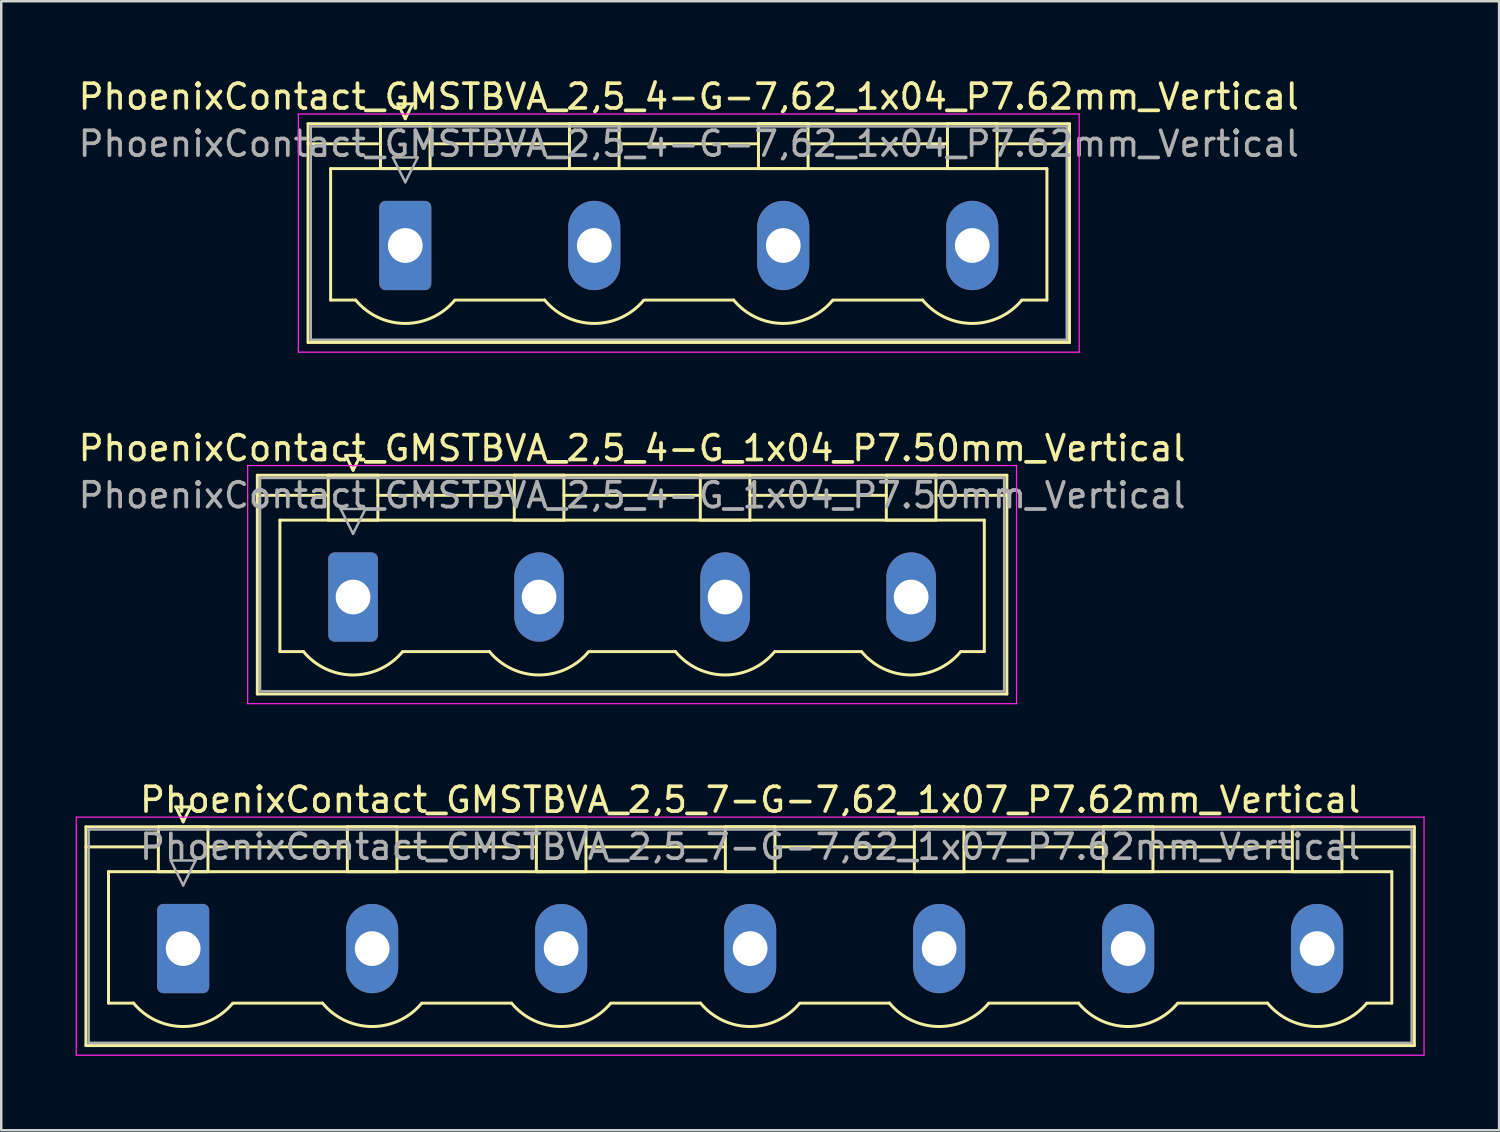
<source format=kicad_pcb>
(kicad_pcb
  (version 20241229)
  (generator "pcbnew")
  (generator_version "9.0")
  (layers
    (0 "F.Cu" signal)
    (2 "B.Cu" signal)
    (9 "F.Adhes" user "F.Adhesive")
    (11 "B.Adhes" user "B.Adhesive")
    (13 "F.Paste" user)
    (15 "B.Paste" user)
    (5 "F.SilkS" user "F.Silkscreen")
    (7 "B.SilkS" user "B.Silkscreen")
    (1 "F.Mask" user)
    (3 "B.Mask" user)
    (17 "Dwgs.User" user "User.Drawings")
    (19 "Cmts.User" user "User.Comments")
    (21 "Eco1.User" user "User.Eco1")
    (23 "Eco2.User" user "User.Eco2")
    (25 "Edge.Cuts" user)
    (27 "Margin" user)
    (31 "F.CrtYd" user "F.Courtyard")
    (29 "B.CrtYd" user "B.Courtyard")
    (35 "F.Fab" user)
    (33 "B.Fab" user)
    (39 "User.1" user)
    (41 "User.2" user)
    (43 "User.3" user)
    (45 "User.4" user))
  (footprint "PhoenixContact_GMSTBVA_2,5_4-G-7,62_1x04_P7.62mm_Vertical"
    (layer "F.Cu")
    (at 13.29 6.848)
    (property "Reference" "PhoenixContact_GMSTBVA_2,5_4-G-7,62_1x04_P7.62mm_Vertical" (at 11.43 -6 0) (layer "F.SilkS") (effects (font (size 1 1) (thickness 0.15))))
    (attr through_hole)
    (fp_line (start -3.92 -4.91) (end -3.92 3.91) (stroke (width 0.12) (type solid)) (layer "F.SilkS"))
    (fp_line (start -3.92 -4.1) (end -1.11 -4.1) (stroke (width 0.12) (type solid)) (layer "F.SilkS"))
    (fp_line (start -3.92 3.91) (end 26.78 3.91) (stroke (width 0.12) (type solid)) (layer "F.SilkS"))
    (fp_line (start -3.01 -3.1) (end 25.87 -3.1) (stroke (width 0.12) (type solid)) (layer "F.SilkS"))
    (fp_line (start -3.01 2.2) (end -3.01 -3.1) (stroke (width 0.12) (type solid)) (layer "F.SilkS"))
    (fp_line (start -2 2.2) (end -3.01 2.2) (stroke (width 0.12) (type solid)) (layer "F.SilkS"))
    (fp_line (start -1 -4.91) (end 1 -4.91) (stroke (width 0.12) (type solid)) (layer "F.SilkS"))
    (fp_line (start -1 -3.1) (end -1 -4.91) (stroke (width 0.12) (type solid)) (layer "F.SilkS"))
    (fp_line (start -0.3 -5.71) (end 0.3 -5.71) (stroke (width 0.12) (type solid)) (layer "F.SilkS"))
    (fp_line (start 0 -5.11) (end -0.3 -5.71) (stroke (width 0.12) (type solid)) (layer "F.SilkS"))
    (fp_line (start 0.3 -5.71) (end 0 -5.11) (stroke (width 0.12) (type solid)) (layer "F.SilkS"))
    (fp_line (start 1 -4.91) (end 1 -3.1) (stroke (width 0.12) (type solid)) (layer "F.SilkS"))
    (fp_line (start 1 -4.1) (end 6.62 -4.1) (stroke (width 0.12) (type solid)) (layer "F.SilkS"))
    (fp_line (start 1 -3.1) (end -1 -3.1) (stroke (width 0.12) (type solid)) (layer "F.SilkS"))
    (fp_line (start 2 2.2) (end 5.62 2.2) (stroke (width 0.12) (type solid)) (layer "F.SilkS"))
    (fp_line (start 6.62 -4.91) (end 8.62 -4.91) (stroke (width 0.12) (type solid)) (layer "F.SilkS"))
    (fp_line (start 6.62 -3.1) (end 6.62 -4.91) (stroke (width 0.12) (type solid)) (layer "F.SilkS"))
    (fp_line (start 8.62 -4.91) (end 8.62 -3.1) (stroke (width 0.12) (type solid)) (layer "F.SilkS"))
    (fp_line (start 8.62 -4.1) (end 14.24 -4.1) (stroke (width 0.12) (type solid)) (layer "F.SilkS"))
    (fp_line (start 8.62 -3.1) (end 6.62 -3.1) (stroke (width 0.12) (type solid)) (layer "F.SilkS"))
    (fp_line (start 9.62 2.2) (end 13.24 2.2) (stroke (width 0.12) (type solid)) (layer "F.SilkS"))
    (fp_line (start 14.24 -4.91) (end 16.24 -4.91) (stroke (width 0.12) (type solid)) (layer "F.SilkS"))
    (fp_line (start 14.24 -3.1) (end 14.24 -4.91) (stroke (width 0.12) (type solid)) (layer "F.SilkS"))
    (fp_line (start 16.24 -4.91) (end 16.24 -3.1) (stroke (width 0.12) (type solid)) (layer "F.SilkS"))
    (fp_line (start 16.24 -4.1) (end 21.86 -4.1) (stroke (width 0.12) (type solid)) (layer "F.SilkS"))
    (fp_line (start 16.24 -3.1) (end 14.24 -3.1) (stroke (width 0.12) (type solid)) (layer "F.SilkS"))
    (fp_line (start 17.24 2.2) (end 20.86 2.2) (stroke (width 0.12) (type solid)) (layer "F.SilkS"))
    (fp_line (start 21.86 -4.91) (end 23.86 -4.91) (stroke (width 0.12) (type solid)) (layer "F.SilkS"))
    (fp_line (start 21.86 -3.1) (end 21.86 -4.91) (stroke (width 0.12) (type solid)) (layer "F.SilkS"))
    (fp_line (start 23.86 -4.91) (end 23.86 -3.1) (stroke (width 0.12) (type solid)) (layer "F.SilkS"))
    (fp_line (start 23.86 -3.1) (end 21.86 -3.1) (stroke (width 0.12) (type solid)) (layer "F.SilkS"))
    (fp_line (start 25.87 -3.1) (end 25.87 2.2) (stroke (width 0.12) (type solid)) (layer "F.SilkS"))
    (fp_line (start 25.87 2.2) (end 24.86 2.2) (stroke (width 0.12) (type solid)) (layer "F.SilkS"))
    (fp_line (start 26.78 -4.91) (end -3.92 -4.91) (stroke (width 0.12) (type solid)) (layer "F.SilkS"))
    (fp_line (start 26.78 -4.1) (end 23.97 -4.1) (stroke (width 0.12) (type solid)) (layer "F.SilkS"))
    (fp_line (start 26.78 3.91) (end 26.78 -4.91) (stroke (width 0.12) (type solid)) (layer "F.SilkS"))
    (fp_arc (start 1.986842 2.215821) (mid -0.010289 3.142758) (end -2 2.2) (stroke (width 0.12) (type solid)) (layer "F.SilkS"))
    (fp_arc (start 9.606842 2.215821) (mid 7.609711 3.142758) (end 5.62 2.2) (stroke (width 0.12) (type solid)) (layer "F.SilkS"))
    (fp_arc (start 17.226842 2.215821) (mid 15.229711 3.142758) (end 13.24 2.2) (stroke (width 0.12) (type solid)) (layer "F.SilkS"))
    (fp_arc (start 24.846842 2.215821) (mid 22.849711 3.142758) (end 20.86 2.2) (stroke (width 0.12) (type solid)) (layer "F.SilkS"))
    (fp_line (start -4.31 -5.3) (end -4.31 4.3) (stroke (width 0.05) (type solid)) (layer "F.CrtYd"))
    (fp_line (start -4.31 4.3) (end 27.17 4.3) (stroke (width 0.05) (type solid)) (layer "F.CrtYd"))
    (fp_line (start 27.17 -5.3) (end -4.31 -5.3) (stroke (width 0.05) (type solid)) (layer "F.CrtYd"))
    (fp_line (start 27.17 4.3) (end 27.17 -5.3) (stroke (width 0.05) (type solid)) (layer "F.CrtYd"))
    (fp_line (start -3.81 -4.8) (end -3.81 3.8) (stroke (width 0.1) (type solid)) (layer "F.Fab"))
    (fp_line (start -3.81 3.8) (end 26.67 3.8) (stroke (width 0.1) (type solid)) (layer "F.Fab"))
    (fp_line (start -0.5 -3.55) (end 0.5 -3.55) (stroke (width 0.1) (type solid)) (layer "F.Fab"))
    (fp_line (start 0 -2.55) (end -0.5 -3.55) (stroke (width 0.1) (type solid)) (layer "F.Fab"))
    (fp_line (start 0.5 -3.55) (end 0 -2.55) (stroke (width 0.1) (type solid)) (layer "F.Fab"))
    (fp_line (start 26.67 -4.8) (end -3.81 -4.8) (stroke (width 0.1) (type solid)) (layer "F.Fab"))
    (fp_line (start 26.67 3.8) (end 26.67 -4.8) (stroke (width 0.1) (type solid)) (layer "F.Fab"))
    (fp_text user "${REFERENCE}" (at 11.43 -4.1 0) (layer "F.Fab") (effects (font (size 1 1) (thickness 0.15))))
    (pad "1" thru_hole roundrect (at 0 0) (size 2.1 3.6) (drill 1.4) (layers "*.Cu" "*.Mask") (roundrect_rratio 0.119))
    (pad "2" thru_hole oval (at 7.62 0) (size 2.1 3.6) (drill 1.4) (layers "*.Cu" "*.Mask"))
    (pad "3" thru_hole oval (at 15.24 0) (size 2.1 3.6) (drill 1.4) (layers "*.Cu" "*.Mask"))
    (pad "4" thru_hole oval (at 22.86 0) (size 2.1 3.6) (drill 1.4) (layers "*.Cu" "*.Mask")))
  (footprint "PhoenixContact_GMSTBVA_2,5_4-G_1x04_P7.50mm_Vertical"
    (layer "F.Cu")
    (at 11.185 21.021)
    (property "Reference" "PhoenixContact_GMSTBVA_2,5_4-G_1x04_P7.50mm_Vertical" (at 11.25 -6 0) (layer "F.SilkS") (effects (font (size 1 1) (thickness 0.15))))
    (attr through_hole)
    (fp_line (start -3.86 -4.91) (end -3.86 3.91) (stroke (width 0.12) (type solid)) (layer "F.SilkS"))
    (fp_line (start -3.86 -4.1) (end -1.11 -4.1) (stroke (width 0.12) (type solid)) (layer "F.SilkS"))
    (fp_line (start -3.86 3.91) (end 26.36 3.91) (stroke (width 0.12) (type solid)) (layer "F.SilkS"))
    (fp_line (start -2.95 -3.1) (end 25.45 -3.1) (stroke (width 0.12) (type solid)) (layer "F.SilkS"))
    (fp_line (start -2.95 2.2) (end -2.95 -3.1) (stroke (width 0.12) (type solid)) (layer "F.SilkS"))
    (fp_line (start -2 2.2) (end -2.95 2.2) (stroke (width 0.12) (type solid)) (layer "F.SilkS"))
    (fp_line (start -1 -4.91) (end 1 -4.91) (stroke (width 0.12) (type solid)) (layer "F.SilkS"))
    (fp_line (start -1 -3.1) (end -1 -4.91) (stroke (width 0.12) (type solid)) (layer "F.SilkS"))
    (fp_line (start -0.3 -5.71) (end 0.3 -5.71) (stroke (width 0.12) (type solid)) (layer "F.SilkS"))
    (fp_line (start 0 -5.11) (end -0.3 -5.71) (stroke (width 0.12) (type solid)) (layer "F.SilkS"))
    (fp_line (start 0.3 -5.71) (end 0 -5.11) (stroke (width 0.12) (type solid)) (layer "F.SilkS"))
    (fp_line (start 1 -4.91) (end 1 -3.1) (stroke (width 0.12) (type solid)) (layer "F.SilkS"))
    (fp_line (start 1 -4.1) (end 6.5 -4.1) (stroke (width 0.12) (type solid)) (layer "F.SilkS"))
    (fp_line (start 1 -3.1) (end -1 -3.1) (stroke (width 0.12) (type solid)) (layer "F.SilkS"))
    (fp_line (start 2 2.2) (end 5.5 2.2) (stroke (width 0.12) (type solid)) (layer "F.SilkS"))
    (fp_line (start 6.5 -4.91) (end 8.5 -4.91) (stroke (width 0.12) (type solid)) (layer "F.SilkS"))
    (fp_line (start 6.5 -3.1) (end 6.5 -4.91) (stroke (width 0.12) (type solid)) (layer "F.SilkS"))
    (fp_line (start 8.5 -4.91) (end 8.5 -3.1) (stroke (width 0.12) (type solid)) (layer "F.SilkS"))
    (fp_line (start 8.5 -4.1) (end 14 -4.1) (stroke (width 0.12) (type solid)) (layer "F.SilkS"))
    (fp_line (start 8.5 -3.1) (end 6.5 -3.1) (stroke (width 0.12) (type solid)) (layer "F.SilkS"))
    (fp_line (start 9.5 2.2) (end 13 2.2) (stroke (width 0.12) (type solid)) (layer "F.SilkS"))
    (fp_line (start 14 -4.91) (end 16 -4.91) (stroke (width 0.12) (type solid)) (layer "F.SilkS"))
    (fp_line (start 14 -3.1) (end 14 -4.91) (stroke (width 0.12) (type solid)) (layer "F.SilkS"))
    (fp_line (start 16 -4.91) (end 16 -3.1) (stroke (width 0.12) (type solid)) (layer "F.SilkS"))
    (fp_line (start 16 -4.1) (end 21.5 -4.1) (stroke (width 0.12) (type solid)) (layer "F.SilkS"))
    (fp_line (start 16 -3.1) (end 14 -3.1) (stroke (width 0.12) (type solid)) (layer "F.SilkS"))
    (fp_line (start 17 2.2) (end 20.5 2.2) (stroke (width 0.12) (type solid)) (layer "F.SilkS"))
    (fp_line (start 21.5 -4.91) (end 23.5 -4.91) (stroke (width 0.12) (type solid)) (layer "F.SilkS"))
    (fp_line (start 21.5 -3.1) (end 21.5 -4.91) (stroke (width 0.12) (type solid)) (layer "F.SilkS"))
    (fp_line (start 23.5 -4.91) (end 23.5 -3.1) (stroke (width 0.12) (type solid)) (layer "F.SilkS"))
    (fp_line (start 23.5 -3.1) (end 21.5 -3.1) (stroke (width 0.12) (type solid)) (layer "F.SilkS"))
    (fp_line (start 25.45 -3.1) (end 25.45 2.2) (stroke (width 0.12) (type solid)) (layer "F.SilkS"))
    (fp_line (start 25.45 2.2) (end 24.5 2.2) (stroke (width 0.12) (type solid)) (layer "F.SilkS"))
    (fp_line (start 26.36 -4.91) (end -3.86 -4.91) (stroke (width 0.12) (type solid)) (layer "F.SilkS"))
    (fp_line (start 26.36 -4.1) (end 23.61 -4.1) (stroke (width 0.12) (type solid)) (layer "F.SilkS"))
    (fp_line (start 26.36 3.91) (end 26.36 -4.91) (stroke (width 0.12) (type solid)) (layer "F.SilkS"))
    (fp_arc (start 1.986842 2.215821) (mid -0.010289 3.142758) (end -2 2.2) (stroke (width 0.12) (type solid)) (layer "F.SilkS"))
    (fp_arc (start 9.486842 2.215821) (mid 7.489711 3.142758) (end 5.5 2.2) (stroke (width 0.12) (type solid)) (layer "F.SilkS"))
    (fp_arc (start 16.986842 2.215821) (mid 14.989711 3.142758) (end 13 2.2) (stroke (width 0.12) (type solid)) (layer "F.SilkS"))
    (fp_arc (start 24.486842 2.215821) (mid 22.489711 3.142758) (end 20.5 2.2) (stroke (width 0.12) (type solid)) (layer "F.SilkS"))
    (fp_line (start -4.25 -5.3) (end -4.25 4.3) (stroke (width 0.05) (type solid)) (layer "F.CrtYd"))
    (fp_line (start -4.25 4.3) (end 26.75 4.3) (stroke (width 0.05) (type solid)) (layer "F.CrtYd"))
    (fp_line (start 26.75 -5.3) (end -4.25 -5.3) (stroke (width 0.05) (type solid)) (layer "F.CrtYd"))
    (fp_line (start 26.75 4.3) (end 26.75 -5.3) (stroke (width 0.05) (type solid)) (layer "F.CrtYd"))
    (fp_line (start -3.75 -4.8) (end -3.75 3.8) (stroke (width 0.1) (type solid)) (layer "F.Fab"))
    (fp_line (start -3.75 3.8) (end 26.25 3.8) (stroke (width 0.1) (type solid)) (layer "F.Fab"))
    (fp_line (start -0.5 -3.55) (end 0.5 -3.55) (stroke (width 0.1) (type solid)) (layer "F.Fab"))
    (fp_line (start 0 -2.55) (end -0.5 -3.55) (stroke (width 0.1) (type solid)) (layer "F.Fab"))
    (fp_line (start 0.5 -3.55) (end 0 -2.55) (stroke (width 0.1) (type solid)) (layer "F.Fab"))
    (fp_line (start 26.25 -4.8) (end -3.75 -4.8) (stroke (width 0.1) (type solid)) (layer "F.Fab"))
    (fp_line (start 26.25 3.8) (end 26.25 -4.8) (stroke (width 0.1) (type solid)) (layer "F.Fab"))
    (fp_text user "${REFERENCE}" (at 11.25 -4.1 0) (layer "F.Fab") (effects (font (size 1 1) (thickness 0.15))))
    (pad "1" thru_hole roundrect (at 0 0) (size 2 3.6) (drill 1.4) (layers "*.Cu" "*.Mask") (roundrect_rratio 0.125))
    (pad "2" thru_hole oval (at 7.5 0) (size 2 3.6) (drill 1.4) (layers "*.Cu" "*.Mask"))
    (pad "3" thru_hole oval (at 15 0) (size 2 3.6) (drill 1.4) (layers "*.Cu" "*.Mask"))
    (pad "4" thru_hole oval (at 22.5 0) (size 2 3.6) (drill 1.4) (layers "*.Cu" "*.Mask")))
  (footprint "PhoenixContact_GMSTBVA_2,5_7-G-7,62_1x07_P7.62mm_Vertical"
    (layer "F.Cu")
    (at 4.335 35.195)
    (property "Reference" "PhoenixContact_GMSTBVA_2,5_7-G-7,62_1x07_P7.62mm_Vertical" (at 22.86 -6 0) (layer "F.SilkS") (effects (font (size 1 1) (thickness 0.15))))
    (attr through_hole)
    (fp_line (start -3.92 -4.91) (end -3.92 3.91) (stroke (width 0.12) (type solid)) (layer "F.SilkS"))
    (fp_line (start -3.92 -4.1) (end -1.11 -4.1) (stroke (width 0.12) (type solid)) (layer "F.SilkS"))
    (fp_line (start -3.92 3.91) (end 49.64 3.91) (stroke (width 0.12) (type solid)) (layer "F.SilkS"))
    (fp_line (start -3.01 -3.1) (end 48.73 -3.1) (stroke (width 0.12) (type solid)) (layer "F.SilkS"))
    (fp_line (start -3.01 2.2) (end -3.01 -3.1) (stroke (width 0.12) (type solid)) (layer "F.SilkS"))
    (fp_line (start -2 2.2) (end -3.01 2.2) (stroke (width 0.12) (type solid)) (layer "F.SilkS"))
    (fp_line (start -1 -4.91) (end 1 -4.91) (stroke (width 0.12) (type solid)) (layer "F.SilkS"))
    (fp_line (start -1 -3.1) (end -1 -4.91) (stroke (width 0.12) (type solid)) (layer "F.SilkS"))
    (fp_line (start -0.3 -5.71) (end 0.3 -5.71) (stroke (width 0.12) (type solid)) (layer "F.SilkS"))
    (fp_line (start 0 -5.11) (end -0.3 -5.71) (stroke (width 0.12) (type solid)) (layer "F.SilkS"))
    (fp_line (start 0.3 -5.71) (end 0 -5.11) (stroke (width 0.12) (type solid)) (layer "F.SilkS"))
    (fp_line (start 1 -4.91) (end 1 -3.1) (stroke (width 0.12) (type solid)) (layer "F.SilkS"))
    (fp_line (start 1 -4.1) (end 6.62 -4.1) (stroke (width 0.12) (type solid)) (layer "F.SilkS"))
    (fp_line (start 1 -3.1) (end -1 -3.1) (stroke (width 0.12) (type solid)) (layer "F.SilkS"))
    (fp_line (start 2 2.2) (end 5.62 2.2) (stroke (width 0.12) (type solid)) (layer "F.SilkS"))
    (fp_line (start 6.62 -4.91) (end 8.62 -4.91) (stroke (width 0.12) (type solid)) (layer "F.SilkS"))
    (fp_line (start 6.62 -3.1) (end 6.62 -4.91) (stroke (width 0.12) (type solid)) (layer "F.SilkS"))
    (fp_line (start 8.62 -4.91) (end 8.62 -3.1) (stroke (width 0.12) (type solid)) (layer "F.SilkS"))
    (fp_line (start 8.62 -4.1) (end 14.24 -4.1) (stroke (width 0.12) (type solid)) (layer "F.SilkS"))
    (fp_line (start 8.62 -3.1) (end 6.62 -3.1) (stroke (width 0.12) (type solid)) (layer "F.SilkS"))
    (fp_line (start 9.62 2.2) (end 13.24 2.2) (stroke (width 0.12) (type solid)) (layer "F.SilkS"))
    (fp_line (start 14.24 -4.91) (end 16.24 -4.91) (stroke (width 0.12) (type solid)) (layer "F.SilkS"))
    (fp_line (start 14.24 -3.1) (end 14.24 -4.91) (stroke (width 0.12) (type solid)) (layer "F.SilkS"))
    (fp_line (start 16.24 -4.91) (end 16.24 -3.1) (stroke (width 0.12) (type solid)) (layer "F.SilkS"))
    (fp_line (start 16.24 -4.1) (end 21.86 -4.1) (stroke (width 0.12) (type solid)) (layer "F.SilkS"))
    (fp_line (start 16.24 -3.1) (end 14.24 -3.1) (stroke (width 0.12) (type solid)) (layer "F.SilkS"))
    (fp_line (start 17.24 2.2) (end 20.86 2.2) (stroke (width 0.12) (type solid)) (layer "F.SilkS"))
    (fp_line (start 21.86 -4.91) (end 23.86 -4.91) (stroke (width 0.12) (type solid)) (layer "F.SilkS"))
    (fp_line (start 21.86 -3.1) (end 21.86 -4.91) (stroke (width 0.12) (type solid)) (layer "F.SilkS"))
    (fp_line (start 23.86 -4.91) (end 23.86 -3.1) (stroke (width 0.12) (type solid)) (layer "F.SilkS"))
    (fp_line (start 23.86 -4.1) (end 29.48 -4.1) (stroke (width 0.12) (type solid)) (layer "F.SilkS"))
    (fp_line (start 23.86 -3.1) (end 21.86 -3.1) (stroke (width 0.12) (type solid)) (layer "F.SilkS"))
    (fp_line (start 24.86 2.2) (end 28.48 2.2) (stroke (width 0.12) (type solid)) (layer "F.SilkS"))
    (fp_line (start 29.48 -4.91) (end 31.48 -4.91) (stroke (width 0.12) (type solid)) (layer "F.SilkS"))
    (fp_line (start 29.48 -3.1) (end 29.48 -4.91) (stroke (width 0.12) (type solid)) (layer "F.SilkS"))
    (fp_line (start 31.48 -4.91) (end 31.48 -3.1) (stroke (width 0.12) (type solid)) (layer "F.SilkS"))
    (fp_line (start 31.48 -4.1) (end 37.1 -4.1) (stroke (width 0.12) (type solid)) (layer "F.SilkS"))
    (fp_line (start 31.48 -3.1) (end 29.48 -3.1) (stroke (width 0.12) (type solid)) (layer "F.SilkS"))
    (fp_line (start 32.48 2.2) (end 36.1 2.2) (stroke (width 0.12) (type solid)) (layer "F.SilkS"))
    (fp_line (start 37.1 -4.91) (end 39.1 -4.91) (stroke (width 0.12) (type solid)) (layer "F.SilkS"))
    (fp_line (start 37.1 -3.1) (end 37.1 -4.91) (stroke (width 0.12) (type solid)) (layer "F.SilkS"))
    (fp_line (start 39.1 -4.91) (end 39.1 -3.1) (stroke (width 0.12) (type solid)) (layer "F.SilkS"))
    (fp_line (start 39.1 -4.1) (end 44.72 -4.1) (stroke (width 0.12) (type solid)) (layer "F.SilkS"))
    (fp_line (start 39.1 -3.1) (end 37.1 -3.1) (stroke (width 0.12) (type solid)) (layer "F.SilkS"))
    (fp_line (start 40.1 2.2) (end 43.72 2.2) (stroke (width 0.12) (type solid)) (layer "F.SilkS"))
    (fp_line (start 44.72 -4.91) (end 46.72 -4.91) (stroke (width 0.12) (type solid)) (layer "F.SilkS"))
    (fp_line (start 44.72 -3.1) (end 44.72 -4.91) (stroke (width 0.12) (type solid)) (layer "F.SilkS"))
    (fp_line (start 46.72 -4.91) (end 46.72 -3.1) (stroke (width 0.12) (type solid)) (layer "F.SilkS"))
    (fp_line (start 46.72 -3.1) (end 44.72 -3.1) (stroke (width 0.12) (type solid)) (layer "F.SilkS"))
    (fp_line (start 48.73 -3.1) (end 48.73 2.2) (stroke (width 0.12) (type solid)) (layer "F.SilkS"))
    (fp_line (start 48.73 2.2) (end 47.72 2.2) (stroke (width 0.12) (type solid)) (layer "F.SilkS"))
    (fp_line (start 49.64 -4.91) (end -3.92 -4.91) (stroke (width 0.12) (type solid)) (layer "F.SilkS"))
    (fp_line (start 49.64 -4.1) (end 46.83 -4.1) (stroke (width 0.12) (type solid)) (layer "F.SilkS"))
    (fp_line (start 49.64 3.91) (end 49.64 -4.91) (stroke (width 0.12) (type solid)) (layer "F.SilkS"))
    (fp_arc (start 1.986842 2.215821) (mid -0.010289 3.142758) (end -2 2.2) (stroke (width 0.12) (type solid)) (layer "F.SilkS"))
    (fp_arc (start 9.606842 2.215821) (mid 7.609711 3.142758) (end 5.62 2.2) (stroke (width 0.12) (type solid)) (layer "F.SilkS"))
    (fp_arc (start 17.226842 2.215821) (mid 15.229711 3.142758) (end 13.24 2.2) (stroke (width 0.12) (type solid)) (layer "F.SilkS"))
    (fp_arc (start 24.846842 2.215821) (mid 22.849711 3.142758) (end 20.86 2.2) (stroke (width 0.12) (type solid)) (layer "F.SilkS"))
    (fp_arc (start 32.466842 2.215821) (mid 30.469711 3.142758) (end 28.48 2.2) (stroke (width 0.12) (type solid)) (layer "F.SilkS"))
    (fp_arc (start 40.086842 2.215821) (mid 38.089711 3.142758) (end 36.1 2.2) (stroke (width 0.12) (type solid)) (layer "F.SilkS"))
    (fp_arc (start 47.706842 2.215821) (mid 45.709711 3.142758) (end 43.72 2.2) (stroke (width 0.12) (type solid)) (layer "F.SilkS"))
    (fp_line (start -4.31 -5.3) (end -4.31 4.3) (stroke (width 0.05) (type solid)) (layer "F.CrtYd"))
    (fp_line (start -4.31 4.3) (end 50.03 4.3) (stroke (width 0.05) (type solid)) (layer "F.CrtYd"))
    (fp_line (start 50.03 -5.3) (end -4.31 -5.3) (stroke (width 0.05) (type solid)) (layer "F.CrtYd"))
    (fp_line (start 50.03 4.3) (end 50.03 -5.3) (stroke (width 0.05) (type solid)) (layer "F.CrtYd"))
    (fp_line (start -3.81 -4.8) (end -3.81 3.8) (stroke (width 0.1) (type solid)) (layer "F.Fab"))
    (fp_line (start -3.81 3.8) (end 49.53 3.8) (stroke (width 0.1) (type solid)) (layer "F.Fab"))
    (fp_line (start -0.5 -3.55) (end 0.5 -3.55) (stroke (width 0.1) (type solid)) (layer "F.Fab"))
    (fp_line (start 0 -2.55) (end -0.5 -3.55) (stroke (width 0.1) (type solid)) (layer "F.Fab"))
    (fp_line (start 0.5 -3.55) (end 0 -2.55) (stroke (width 0.1) (type solid)) (layer "F.Fab"))
    (fp_line (start 49.53 -4.8) (end -3.81 -4.8) (stroke (width 0.1) (type solid)) (layer "F.Fab"))
    (fp_line (start 49.53 3.8) (end 49.53 -4.8) (stroke (width 0.1) (type solid)) (layer "F.Fab"))
    (fp_text user "${REFERENCE}" (at 22.86 -4.1 0) (layer "F.Fab") (effects (font (size 1 1) (thickness 0.15))))
    (pad "1" thru_hole roundrect (at 0 0) (size 2.1 3.6) (drill 1.4) (layers "*.Cu" "*.Mask") (roundrect_rratio 0.119))
    (pad "2" thru_hole oval (at 7.62 0) (size 2.1 3.6) (drill 1.4) (layers "*.Cu" "*.Mask"))
    (pad "3" thru_hole oval (at 15.24 0) (size 2.1 3.6) (drill 1.4) (layers "*.Cu" "*.Mask"))
    (pad "4" thru_hole oval (at 22.86 0) (size 2.1 3.6) (drill 1.4) (layers "*.Cu" "*.Mask"))
    (pad "5" thru_hole oval (at 30.48 0) (size 2.1 3.6) (drill 1.4) (layers "*.Cu" "*.Mask"))
    (pad "6" thru_hole oval (at 38.1 0) (size 2.1 3.6) (drill 1.4) (layers "*.Cu" "*.Mask"))
    (pad "7" thru_hole oval (at 45.72 0) (size 2.1 3.6) (drill 1.4) (layers "*.Cu" "*.Mask")))
  (gr_rect
    (start -3 -3)
    (end 57.39 42.52)
    (stroke (width 0.1) (type default))
    (fill no)
    (layer "Edge.Cuts")))
</source>
